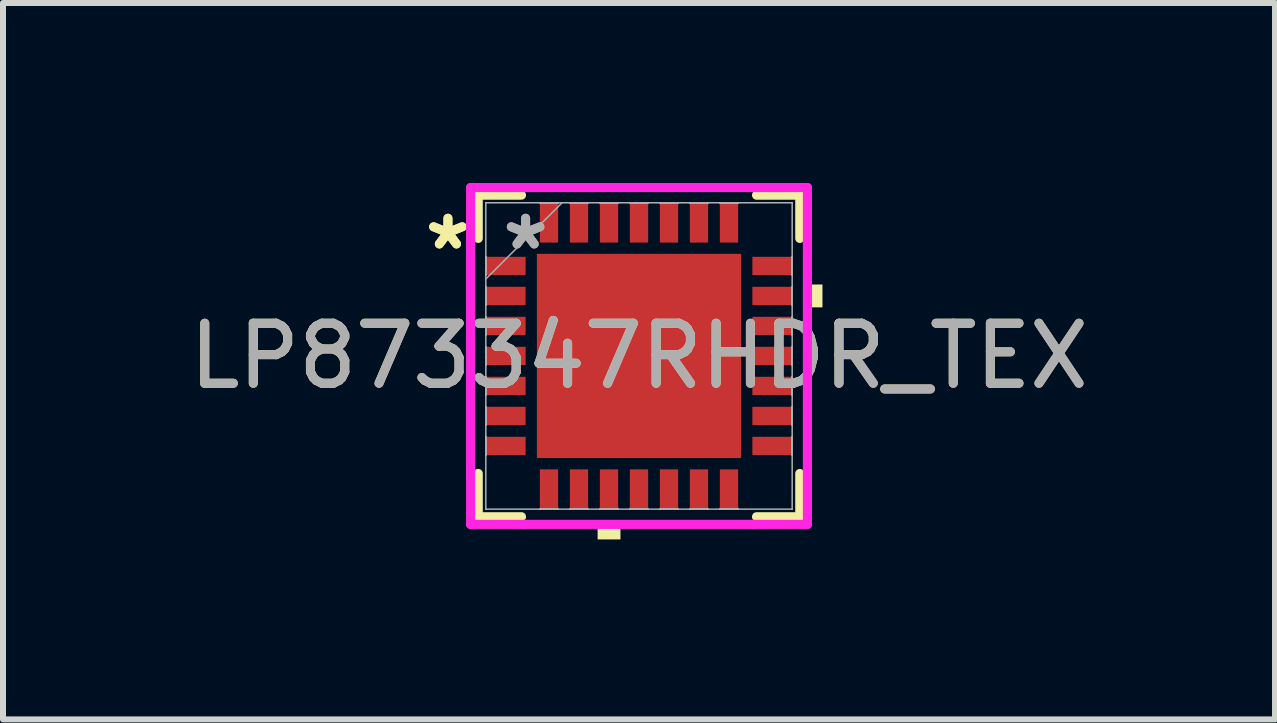
<source format=kicad_pcb>
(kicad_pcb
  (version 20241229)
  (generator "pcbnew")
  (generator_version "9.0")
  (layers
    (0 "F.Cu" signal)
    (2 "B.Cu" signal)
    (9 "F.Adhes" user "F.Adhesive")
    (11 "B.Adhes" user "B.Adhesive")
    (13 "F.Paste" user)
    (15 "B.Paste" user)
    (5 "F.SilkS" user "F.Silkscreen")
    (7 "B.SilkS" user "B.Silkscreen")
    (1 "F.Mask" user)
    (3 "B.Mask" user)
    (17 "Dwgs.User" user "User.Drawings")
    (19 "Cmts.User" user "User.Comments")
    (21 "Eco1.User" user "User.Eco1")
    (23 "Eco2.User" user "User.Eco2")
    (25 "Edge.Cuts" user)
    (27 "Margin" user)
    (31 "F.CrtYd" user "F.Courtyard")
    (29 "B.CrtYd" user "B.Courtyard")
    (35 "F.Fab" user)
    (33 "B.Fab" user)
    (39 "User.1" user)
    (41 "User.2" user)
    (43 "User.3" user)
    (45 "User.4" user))
  (footprint "LP873347RHDR_TEX"
    (layer "F.Cu")
    (at 7.601 2.883)
    (property "Reference" "LP873347RHDR_TEX" (at 0 0 0) (unlocked yes) (layer "F.SilkS") (effects (font (size 1 1) (thickness 0.15))))
    (attr smd)
    (fp_line (start -2.68 -2.68) (end -2.68 -1.959) (stroke (width 0.152) (type solid)) (layer "F.SilkS"))
    (fp_line (start -2.68 1.959) (end -2.68 2.68) (stroke (width 0.152) (type solid)) (layer "F.SilkS"))
    (fp_line (start -2.68 2.68) (end -1.959 2.68) (stroke (width 0.152) (type solid)) (layer "F.SilkS"))
    (fp_line (start -1.959 -2.68) (end -2.68 -2.68) (stroke (width 0.152) (type solid)) (layer "F.SilkS"))
    (fp_line (start 1.959 2.68) (end 2.68 2.68) (stroke (width 0.152) (type solid)) (layer "F.SilkS"))
    (fp_line (start 2.68 -2.68) (end 1.959 -2.68) (stroke (width 0.152) (type solid)) (layer "F.SilkS"))
    (fp_line (start 2.68 -1.959) (end 2.68 -2.68) (stroke (width 0.152) (type solid)) (layer "F.SilkS"))
    (fp_line (start 2.68 2.68) (end 2.68 1.959) (stroke (width 0.152) (type solid)) (layer "F.SilkS"))
    (fp_poly (pts (xy -0.69 2.804) (xy -0.69 3.058) (xy -0.309 3.058) (xy -0.309 2.804)) (stroke (width 0) (type solid)) (fill yes) (layer "F.SilkS"))
    (fp_poly (pts (xy 3.058 -1.191) (xy 3.058 -0.81) (xy 2.804 -0.81) (xy 2.804 -1.191)) (stroke (width 0) (type solid)) (fill yes) (layer "F.SilkS"))
    (fp_poly (pts (xy -1.602 -1.602) (xy -1.602 -0.1) (xy -0.1 -0.1) (xy -0.1 -1.602)) (stroke (width 0) (type solid)) (fill yes) (layer "F.Paste"))
    (fp_poly (pts (xy -1.602 0.1) (xy -1.602 1.602) (xy -0.1 1.602) (xy -0.1 0.1)) (stroke (width 0) (type solid)) (fill yes) (layer "F.Paste"))
    (fp_poly (pts (xy 0.1 -1.602) (xy 0.1 -0.1) (xy 1.602 -0.1) (xy 1.602 -1.602)) (stroke (width 0) (type solid)) (fill yes) (layer "F.Paste"))
    (fp_poly (pts (xy 0.1 0.1) (xy 0.1 1.602) (xy 1.602 1.602) (xy 1.602 0.1)) (stroke (width 0) (type solid)) (fill yes) (layer "F.Paste"))
    (fp_line (start -2.807 -2.807) (end -1.906 -2.807) (stroke (width 0.152) (type solid)) (layer "F.CrtYd"))
    (fp_line (start -2.807 -1.906) (end -2.807 -2.807) (stroke (width 0.152) (type solid)) (layer "F.CrtYd"))
    (fp_line (start -2.807 -1.906) (end -2.807 -1.906) (stroke (width 0.152) (type solid)) (layer "F.CrtYd"))
    (fp_line (start -2.807 1.906) (end -2.807 -1.906) (stroke (width 0.152) (type solid)) (layer "F.CrtYd"))
    (fp_line (start -2.807 1.906) (end -2.807 1.906) (stroke (width 0.152) (type solid)) (layer "F.CrtYd"))
    (fp_line (start -2.807 2.807) (end -2.807 1.906) (stroke (width 0.152) (type solid)) (layer "F.CrtYd"))
    (fp_line (start -1.906 -2.807) (end -1.906 -2.807) (stroke (width 0.152) (type solid)) (layer "F.CrtYd"))
    (fp_line (start -1.906 -2.807) (end 1.906 -2.807) (stroke (width 0.152) (type solid)) (layer "F.CrtYd"))
    (fp_line (start -1.906 2.807) (end -2.807 2.807) (stroke (width 0.152) (type solid)) (layer "F.CrtYd"))
    (fp_line (start -1.906 2.807) (end -1.906 2.807) (stroke (width 0.152) (type solid)) (layer "F.CrtYd"))
    (fp_line (start 1.906 -2.807) (end 1.906 -2.807) (stroke (width 0.152) (type solid)) (layer "F.CrtYd"))
    (fp_line (start 1.906 -2.807) (end 2.807 -2.807) (stroke (width 0.152) (type solid)) (layer "F.CrtYd"))
    (fp_line (start 1.906 2.807) (end -1.906 2.807) (stroke (width 0.152) (type solid)) (layer "F.CrtYd"))
    (fp_line (start 1.906 2.807) (end 1.906 2.807) (stroke (width 0.152) (type solid)) (layer "F.CrtYd"))
    (fp_line (start 2.807 -2.807) (end 2.807 -1.906) (stroke (width 0.152) (type solid)) (layer "F.CrtYd"))
    (fp_line (start 2.807 -1.906) (end 2.807 -1.906) (stroke (width 0.152) (type solid)) (layer "F.CrtYd"))
    (fp_line (start 2.807 -1.906) (end 2.807 1.906) (stroke (width 0.152) (type solid)) (layer "F.CrtYd"))
    (fp_line (start 2.807 1.906) (end 2.807 1.906) (stroke (width 0.152) (type solid)) (layer "F.CrtYd"))
    (fp_line (start 2.807 1.906) (end 2.807 2.807) (stroke (width 0.152) (type solid)) (layer "F.CrtYd"))
    (fp_line (start 2.807 2.807) (end 1.906 2.807) (stroke (width 0.152) (type solid)) (layer "F.CrtYd"))
    (fp_line (start -2.553 -2.553) (end -2.553 -2.553) (stroke (width 0.025) (type solid)) (layer "F.Fab"))
    (fp_line (start -2.553 -2.553) (end -2.553 2.553) (stroke (width 0.025) (type solid)) (layer "F.Fab"))
    (fp_line (start -2.553 -1.652) (end -2.55 -1.652) (stroke (width 0.025) (type solid)) (layer "F.Fab"))
    (fp_line (start -2.553 -1.348) (end -2.553 -1.652) (stroke (width 0.025) (type solid)) (layer "F.Fab"))
    (fp_line (start -2.553 -1.283) (end -1.283 -2.553) (stroke (width 0.025) (type solid)) (layer "F.Fab"))
    (fp_line (start -2.553 -1.152) (end -2.55 -1.152) (stroke (width 0.025) (type solid)) (layer "F.Fab"))
    (fp_line (start -2.553 -0.848) (end -2.553 -1.152) (stroke (width 0.025) (type solid)) (layer "F.Fab"))
    (fp_line (start -2.553 -0.652) (end -2.55 -0.652) (stroke (width 0.025) (type solid)) (layer "F.Fab"))
    (fp_line (start -2.553 -0.348) (end -2.553 -0.652) (stroke (width 0.025) (type solid)) (layer "F.Fab"))
    (fp_line (start -2.553 -0.152) (end -2.55 -0.152) (stroke (width 0.025) (type solid)) (layer "F.Fab"))
    (fp_line (start -2.553 0.152) (end -2.553 -0.152) (stroke (width 0.025) (type solid)) (layer "F.Fab"))
    (fp_line (start -2.553 0.348) (end -2.55 0.348) (stroke (width 0.025) (type solid)) (layer "F.Fab"))
    (fp_line (start -2.553 0.652) (end -2.553 0.348) (stroke (width 0.025) (type solid)) (layer "F.Fab"))
    (fp_line (start -2.553 0.848) (end -2.55 0.848) (stroke (width 0.025) (type solid)) (layer "F.Fab"))
    (fp_line (start -2.553 1.152) (end -2.553 0.848) (stroke (width 0.025) (type solid)) (layer "F.Fab"))
    (fp_line (start -2.553 1.348) (end -2.55 1.348) (stroke (width 0.025) (type solid)) (layer "F.Fab"))
    (fp_line (start -2.553 1.652) (end -2.553 1.348) (stroke (width 0.025) (type solid)) (layer "F.Fab"))
    (fp_line (start -2.553 2.553) (end -2.553 2.553) (stroke (width 0.025) (type solid)) (layer "F.Fab"))
    (fp_line (start -2.553 2.553) (end 2.553 2.553) (stroke (width 0.025) (type solid)) (layer "F.Fab"))
    (fp_line (start -2.55 -1.652) (end -2.55 -1.348) (stroke (width 0.025) (type solid)) (layer "F.Fab"))
    (fp_line (start -2.55 -1.348) (end -2.553 -1.348) (stroke (width 0.025) (type solid)) (layer "F.Fab"))
    (fp_line (start -2.55 -1.152) (end -2.55 -0.848) (stroke (width 0.025) (type solid)) (layer "F.Fab"))
    (fp_line (start -2.55 -0.848) (end -2.553 -0.848) (stroke (width 0.025) (type solid)) (layer "F.Fab"))
    (fp_line (start -2.55 -0.652) (end -2.55 -0.348) (stroke (width 0.025) (type solid)) (layer "F.Fab"))
    (fp_line (start -2.55 -0.348) (end -2.553 -0.348) (stroke (width 0.025) (type solid)) (layer "F.Fab"))
    (fp_line (start -2.55 -0.152) (end -2.55 0.152) (stroke (width 0.025) (type solid)) (layer "F.Fab"))
    (fp_line (start -2.55 0.152) (end -2.553 0.152) (stroke (width 0.025) (type solid)) (layer "F.Fab"))
    (fp_line (start -2.55 0.348) (end -2.55 0.652) (stroke (width 0.025) (type solid)) (layer "F.Fab"))
    (fp_line (start -2.55 0.652) (end -2.553 0.652) (stroke (width 0.025) (type solid)) (layer "F.Fab"))
    (fp_line (start -2.55 0.848) (end -2.55 1.152) (stroke (width 0.025) (type solid)) (layer "F.Fab"))
    (fp_line (start -2.55 1.152) (end -2.553 1.152) (stroke (width 0.025) (type solid)) (layer "F.Fab"))
    (fp_line (start -2.55 1.348) (end -2.55 1.652) (stroke (width 0.025) (type solid)) (layer "F.Fab"))
    (fp_line (start -2.55 1.652) (end -2.553 1.652) (stroke (width 0.025) (type solid)) (layer "F.Fab"))
    (fp_line (start -1.652 -2.553) (end -1.348 -2.553) (stroke (width 0.025) (type solid)) (layer "F.Fab"))
    (fp_line (start -1.652 -2.55) (end -1.652 -2.553) (stroke (width 0.025) (type solid)) (layer "F.Fab"))
    (fp_line (start -1.652 2.55) (end -1.348 2.55) (stroke (width 0.025) (type solid)) (layer "F.Fab"))
    (fp_line (start -1.652 2.553) (end -1.652 2.55) (stroke (width 0.025) (type solid)) (layer "F.Fab"))
    (fp_line (start -1.348 -2.553) (end -1.348 -2.55) (stroke (width 0.025) (type solid)) (layer "F.Fab"))
    (fp_line (start -1.348 -2.55) (end -1.652 -2.55) (stroke (width 0.025) (type solid)) (layer "F.Fab"))
    (fp_line (start -1.348 2.55) (end -1.348 2.553) (stroke (width 0.025) (type solid)) (layer "F.Fab"))
    (fp_line (start -1.348 2.553) (end -1.652 2.553) (stroke (width 0.025) (type solid)) (layer "F.Fab"))
    (fp_line (start -1.152 -2.553) (end -0.848 -2.553) (stroke (width 0.025) (type solid)) (layer "F.Fab"))
    (fp_line (start -1.152 -2.55) (end -1.152 -2.553) (stroke (width 0.025) (type solid)) (layer "F.Fab"))
    (fp_line (start -1.152 2.55) (end -0.848 2.55) (stroke (width 0.025) (type solid)) (layer "F.Fab"))
    (fp_line (start -1.152 2.553) (end -1.152 2.55) (stroke (width 0.025) (type solid)) (layer "F.Fab"))
    (fp_line (start -0.848 -2.553) (end -0.848 -2.55) (stroke (width 0.025) (type solid)) (layer "F.Fab"))
    (fp_line (start -0.848 -2.55) (end -1.152 -2.55) (stroke (width 0.025) (type solid)) (layer "F.Fab"))
    (fp_line (start -0.848 2.55) (end -0.848 2.553) (stroke (width 0.025) (type solid)) (layer "F.Fab"))
    (fp_line (start -0.848 2.553) (end -1.152 2.553) (stroke (width 0.025) (type solid)) (layer "F.Fab"))
    (fp_line (start -0.652 -2.553) (end -0.348 -2.553) (stroke (width 0.025) (type solid)) (layer "F.Fab"))
    (fp_line (start -0.652 -2.55) (end -0.652 -2.553) (stroke (width 0.025) (type solid)) (layer "F.Fab"))
    (fp_line (start -0.652 2.55) (end -0.348 2.55) (stroke (width 0.025) (type solid)) (layer "F.Fab"))
    (fp_line (start -0.652 2.553) (end -0.652 2.55) (stroke (width 0.025) (type solid)) (layer "F.Fab"))
    (fp_line (start -0.348 -2.553) (end -0.348 -2.55) (stroke (width 0.025) (type solid)) (layer "F.Fab"))
    (fp_line (start -0.348 -2.55) (end -0.652 -2.55) (stroke (width 0.025) (type solid)) (layer "F.Fab"))
    (fp_line (start -0.348 2.55) (end -0.348 2.553) (stroke (width 0.025) (type solid)) (layer "F.Fab"))
    (fp_line (start -0.348 2.553) (end -0.652 2.553) (stroke (width 0.025) (type solid)) (layer "F.Fab"))
    (fp_line (start -0.152 -2.553) (end 0.152 -2.553) (stroke (width 0.025) (type solid)) (layer "F.Fab"))
    (fp_line (start -0.152 -2.55) (end -0.152 -2.553) (stroke (width 0.025) (type solid)) (layer "F.Fab"))
    (fp_line (start -0.152 2.55) (end 0.152 2.55) (stroke (width 0.025) (type solid)) (layer "F.Fab"))
    (fp_line (start -0.152 2.553) (end -0.152 2.55) (stroke (width 0.025) (type solid)) (layer "F.Fab"))
    (fp_line (start 0.152 -2.553) (end 0.152 -2.55) (stroke (width 0.025) (type solid)) (layer "F.Fab"))
    (fp_line (start 0.152 -2.55) (end -0.152 -2.55) (stroke (width 0.025) (type solid)) (layer "F.Fab"))
    (fp_line (start 0.152 2.55) (end 0.152 2.553) (stroke (width 0.025) (type solid)) (layer "F.Fab"))
    (fp_line (start 0.152 2.553) (end -0.152 2.553) (stroke (width 0.025) (type solid)) (layer "F.Fab"))
    (fp_line (start 0.348 -2.553) (end 0.652 -2.553) (stroke (width 0.025) (type solid)) (layer "F.Fab"))
    (fp_line (start 0.348 -2.55) (end 0.348 -2.553) (stroke (width 0.025) (type solid)) (layer "F.Fab"))
    (fp_line (start 0.348 2.55) (end 0.652 2.55) (stroke (width 0.025) (type solid)) (layer "F.Fab"))
    (fp_line (start 0.348 2.553) (end 0.348 2.55) (stroke (width 0.025) (type solid)) (layer "F.Fab"))
    (fp_line (start 0.652 -2.553) (end 0.652 -2.55) (stroke (width 0.025) (type solid)) (layer "F.Fab"))
    (fp_line (start 0.652 -2.55) (end 0.348 -2.55) (stroke (width 0.025) (type solid)) (layer "F.Fab"))
    (fp_line (start 0.652 2.55) (end 0.652 2.553) (stroke (width 0.025) (type solid)) (layer "F.Fab"))
    (fp_line (start 0.652 2.553) (end 0.348 2.553) (stroke (width 0.025) (type solid)) (layer "F.Fab"))
    (fp_line (start 0.848 -2.553) (end 1.152 -2.553) (stroke (width 0.025) (type solid)) (layer "F.Fab"))
    (fp_line (start 0.848 -2.55) (end 0.848 -2.553) (stroke (width 0.025) (type solid)) (layer "F.Fab"))
    (fp_line (start 0.848 2.55) (end 1.152 2.55) (stroke (width 0.025) (type solid)) (layer "F.Fab"))
    (fp_line (start 0.848 2.553) (end 0.848 2.55) (stroke (width 0.025) (type solid)) (layer "F.Fab"))
    (fp_line (start 1.152 -2.553) (end 1.152 -2.55) (stroke (width 0.025) (type solid)) (layer "F.Fab"))
    (fp_line (start 1.152 -2.55) (end 0.848 -2.55) (stroke (width 0.025) (type solid)) (layer "F.Fab"))
    (fp_line (start 1.152 2.55) (end 1.152 2.553) (stroke (width 0.025) (type solid)) (layer "F.Fab"))
    (fp_line (start 1.152 2.553) (end 0.848 2.553) (stroke (width 0.025) (type solid)) (layer "F.Fab"))
    (fp_line (start 1.348 -2.553) (end 1.652 -2.553) (stroke (width 0.025) (type solid)) (layer "F.Fab"))
    (fp_line (start 1.348 -2.55) (end 1.348 -2.553) (stroke (width 0.025) (type solid)) (layer "F.Fab"))
    (fp_line (start 1.348 2.55) (end 1.652 2.55) (stroke (width 0.025) (type solid)) (layer "F.Fab"))
    (fp_line (start 1.348 2.553) (end 1.348 2.55) (stroke (width 0.025) (type solid)) (layer "F.Fab"))
    (fp_line (start 1.652 -2.553) (end 1.652 -2.55) (stroke (width 0.025) (type solid)) (layer "F.Fab"))
    (fp_line (start 1.652 -2.55) (end 1.348 -2.55) (stroke (width 0.025) (type solid)) (layer "F.Fab"))
    (fp_line (start 1.652 2.55) (end 1.652 2.553) (stroke (width 0.025) (type solid)) (layer "F.Fab"))
    (fp_line (start 1.652 2.553) (end 1.348 2.553) (stroke (width 0.025) (type solid)) (layer "F.Fab"))
    (fp_line (start 2.55 -1.652) (end 2.553 -1.652) (stroke (width 0.025) (type solid)) (layer "F.Fab"))
    (fp_line (start 2.55 -1.348) (end 2.55 -1.652) (stroke (width 0.025) (type solid)) (layer "F.Fab"))
    (fp_line (start 2.55 -1.152) (end 2.553 -1.152) (stroke (width 0.025) (type solid)) (layer "F.Fab"))
    (fp_line (start 2.55 -0.848) (end 2.55 -1.152) (stroke (width 0.025) (type solid)) (layer "F.Fab"))
    (fp_line (start 2.55 -0.652) (end 2.553 -0.652) (stroke (width 0.025) (type solid)) (layer "F.Fab"))
    (fp_line (start 2.55 -0.348) (end 2.55 -0.652) (stroke (width 0.025) (type solid)) (layer "F.Fab"))
    (fp_line (start 2.55 -0.152) (end 2.553 -0.152) (stroke (width 0.025) (type solid)) (layer "F.Fab"))
    (fp_line (start 2.55 0.152) (end 2.55 -0.152) (stroke (width 0.025) (type solid)) (layer "F.Fab"))
    (fp_line (start 2.55 0.348) (end 2.553 0.348) (stroke (width 0.025) (type solid)) (layer "F.Fab"))
    (fp_line (start 2.55 0.652) (end 2.55 0.348) (stroke (width 0.025) (type solid)) (layer "F.Fab"))
    (fp_line (start 2.55 0.848) (end 2.553 0.848) (stroke (width 0.025) (type solid)) (layer "F.Fab"))
    (fp_line (start 2.55 1.152) (end 2.55 0.848) (stroke (width 0.025) (type solid)) (layer "F.Fab"))
    (fp_line (start 2.55 1.348) (end 2.553 1.348) (stroke (width 0.025) (type solid)) (layer "F.Fab"))
    (fp_line (start 2.55 1.652) (end 2.55 1.348) (stroke (width 0.025) (type solid)) (layer "F.Fab"))
    (fp_line (start 2.553 -2.553) (end -2.553 -2.553) (stroke (width 0.025) (type solid)) (layer "F.Fab"))
    (fp_line (start 2.553 -2.553) (end 2.553 -2.553) (stroke (width 0.025) (type solid)) (layer "F.Fab"))
    (fp_line (start 2.553 -1.652) (end 2.553 -1.348) (stroke (width 0.025) (type solid)) (layer "F.Fab"))
    (fp_line (start 2.553 -1.348) (end 2.55 -1.348) (stroke (width 0.025) (type solid)) (layer "F.Fab"))
    (fp_line (start 2.553 -1.152) (end 2.553 -0.848) (stroke (width 0.025) (type solid)) (layer "F.Fab"))
    (fp_line (start 2.553 -0.848) (end 2.55 -0.848) (stroke (width 0.025) (type solid)) (layer "F.Fab"))
    (fp_line (start 2.553 -0.652) (end 2.553 -0.348) (stroke (width 0.025) (type solid)) (layer "F.Fab"))
    (fp_line (start 2.553 -0.348) (end 2.55 -0.348) (stroke (width 0.025) (type solid)) (layer "F.Fab"))
    (fp_line (start 2.553 -0.152) (end 2.553 0.152) (stroke (width 0.025) (type solid)) (layer "F.Fab"))
    (fp_line (start 2.553 0.152) (end 2.55 0.152) (stroke (width 0.025) (type solid)) (layer "F.Fab"))
    (fp_line (start 2.553 0.348) (end 2.553 0.652) (stroke (width 0.025) (type solid)) (layer "F.Fab"))
    (fp_line (start 2.553 0.652) (end 2.55 0.652) (stroke (width 0.025) (type solid)) (layer "F.Fab"))
    (fp_line (start 2.553 0.848) (end 2.553 1.152) (stroke (width 0.025) (type solid)) (layer "F.Fab"))
    (fp_line (start 2.553 1.152) (end 2.55 1.152) (stroke (width 0.025) (type solid)) (layer "F.Fab"))
    (fp_line (start 2.553 1.348) (end 2.553 1.652) (stroke (width 0.025) (type solid)) (layer "F.Fab"))
    (fp_line (start 2.553 1.652) (end 2.55 1.652) (stroke (width 0.025) (type solid)) (layer "F.Fab"))
    (fp_line (start 2.553 2.553) (end 2.553 -2.553) (stroke (width 0.025) (type solid)) (layer "F.Fab"))
    (fp_line (start 2.553 2.553) (end 2.553 2.553) (stroke (width 0.025) (type solid)) (layer "F.Fab"))
    (fp_text user "*" (at -3.185 -1.75 0) (layer "F.SilkS") (effects (font (size 1 1) (thickness 0.15))))
    (fp_text user "*" (at -3.185 -1.75 0) (unlocked yes) (layer "F.SilkS") (effects (font (size 1 1) (thickness 0.15))))
    (fp_text user "*" (at -1.89 -1.75 0) (layer "F.Fab") (effects (font (size 1 1) (thickness 0.15))))
    (fp_text user "*" (at -1.89 -1.75 0) (unlocked yes) (layer "F.Fab") (effects (font (size 1 1) (thickness 0.15))))
    (fp_text user "${REFERENCE}" (at 0 0 0) (unlocked yes) (layer "F.Fab") (effects (font (size 1 1) (thickness 0.15))))
    (pad "1" smd rect (at -2.22 -1.5 90) (size 0.305 0.66) (layers "F.Cu" "F.Mask" "F.Paste"))
    (pad "2" smd rect (at -2.22 -1 90) (size 0.305 0.66) (layers "F.Cu" "F.Mask" "F.Paste"))
    (pad "3" smd rect (at -2.22 -0.5 90) (size 0.305 0.66) (layers "F.Cu" "F.Mask" "F.Paste"))
    (pad "4" smd rect (at -2.22 0 90) (size 0.305 0.66) (layers "F.Cu" "F.Mask" "F.Paste"))
    (pad "5" smd rect (at -2.22 0.5 90) (size 0.305 0.66) (layers "F.Cu" "F.Mask" "F.Paste"))
    (pad "6" smd rect (at -2.22 1 90) (size 0.305 0.66) (layers "F.Cu" "F.Mask" "F.Paste"))
    (pad "7" smd rect (at -2.22 1.5 90) (size 0.305 0.66) (layers "F.Cu" "F.Mask" "F.Paste"))
    (pad "8" smd rect (at -1.5 2.22) (size 0.305 0.66) (layers "F.Cu" "F.Mask" "F.Paste"))
    (pad "9" smd rect (at -1 2.22) (size 0.305 0.66) (layers "F.Cu" "F.Mask" "F.Paste"))
    (pad "10" smd rect (at -0.5 2.22) (size 0.305 0.66) (layers "F.Cu" "F.Mask" "F.Paste"))
    (pad "11" smd rect (at 0 2.22) (size 0.305 0.66) (layers "F.Cu" "F.Mask" "F.Paste"))
    (pad "12" smd rect (at 0.5 2.22) (size 0.305 0.66) (layers "F.Cu" "F.Mask" "F.Paste"))
    (pad "13" smd rect (at 1 2.22) (size 0.305 0.66) (layers "F.Cu" "F.Mask" "F.Paste"))
    (pad "14" smd rect (at 1.5 2.22) (size 0.305 0.66) (layers "F.Cu" "F.Mask" "F.Paste"))
    (pad "15" smd rect (at 2.22 1.5 90) (size 0.305 0.66) (layers "F.Cu" "F.Mask" "F.Paste"))
    (pad "16" smd rect (at 2.22 1 90) (size 0.305 0.66) (layers "F.Cu" "F.Mask" "F.Paste"))
    (pad "17" smd rect (at 2.22 0.5 90) (size 0.305 0.66) (layers "F.Cu" "F.Mask" "F.Paste"))
    (pad "18" smd rect (at 2.22 0 90) (size 0.305 0.66) (layers "F.Cu" "F.Mask" "F.Paste"))
    (pad "19" smd rect (at 2.22 -0.5 90) (size 0.305 0.66) (layers "F.Cu" "F.Mask" "F.Paste"))
    (pad "20" smd rect (at 2.22 -1 90) (size 0.305 0.66) (layers "F.Cu" "F.Mask" "F.Paste"))
    (pad "21" smd rect (at 2.22 -1.5 90) (size 0.305 0.66) (layers "F.Cu" "F.Mask" "F.Paste"))
    (pad "22" smd rect (at 1.5 -2.22) (size 0.305 0.66) (layers "F.Cu" "F.Mask" "F.Paste"))
    (pad "23" smd rect (at 1 -2.22) (size 0.305 0.66) (layers "F.Cu" "F.Mask" "F.Paste"))
    (pad "24" smd rect (at 0.5 -2.22) (size 0.305 0.66) (layers "F.Cu" "F.Mask" "F.Paste"))
    (pad "25" smd rect (at 0 -2.22) (size 0.305 0.66) (layers "F.Cu" "F.Mask" "F.Paste"))
    (pad "26" smd rect (at -0.5 -2.22) (size 0.305 0.66) (layers "F.Cu" "F.Mask" "F.Paste"))
    (pad "27" smd rect (at -1 -2.22) (size 0.305 0.66) (layers "F.Cu" "F.Mask" "F.Paste"))
    (pad "28" smd rect (at -1.5 -2.22) (size 0.305 0.66) (layers "F.Cu" "F.Mask" "F.Paste"))
    (pad "29" smd rect (at 0 0) (size 3.404 3.404) (layers "F.Cu" "F.Mask")))
  (gr_rect
    (start -3 -3)
    (end 18.202 8.941)
    (stroke (width 0.1) (type default))
    (fill no)
    (layer "Edge.Cuts")))
</source>
